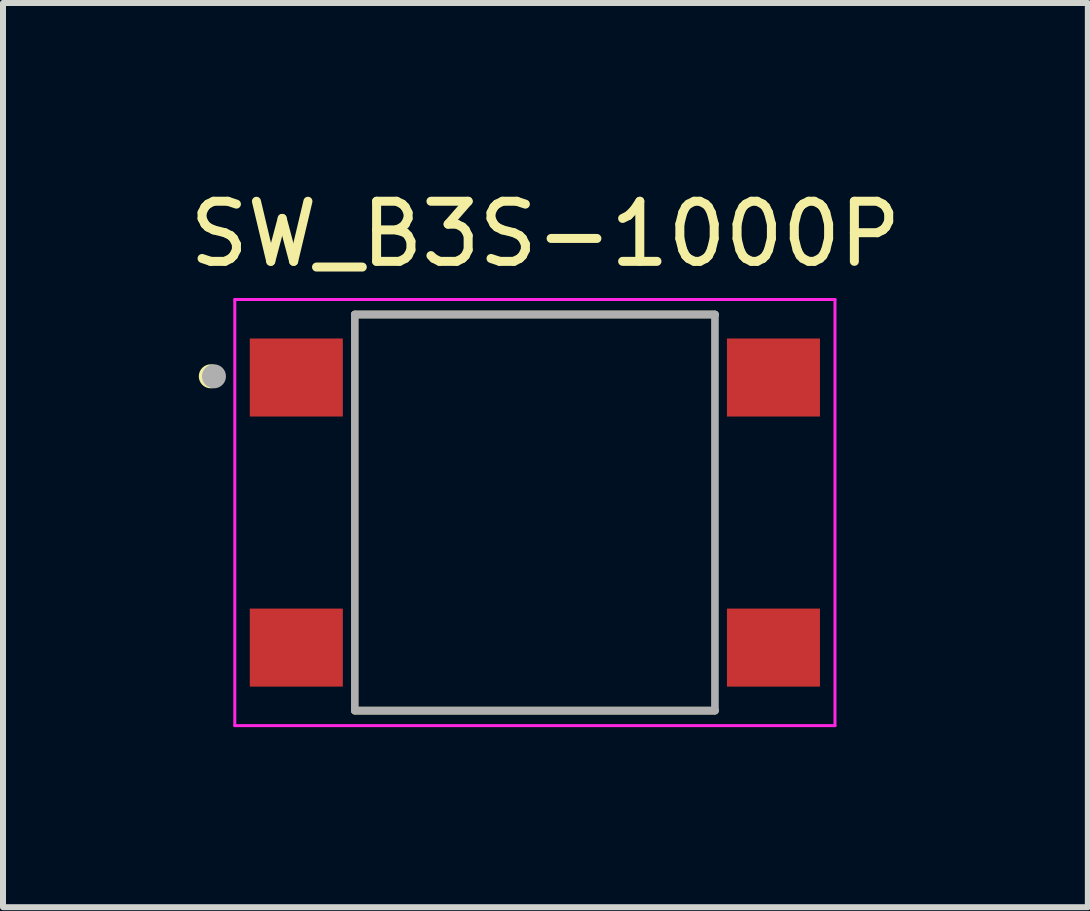
<source format=kicad_pcb>
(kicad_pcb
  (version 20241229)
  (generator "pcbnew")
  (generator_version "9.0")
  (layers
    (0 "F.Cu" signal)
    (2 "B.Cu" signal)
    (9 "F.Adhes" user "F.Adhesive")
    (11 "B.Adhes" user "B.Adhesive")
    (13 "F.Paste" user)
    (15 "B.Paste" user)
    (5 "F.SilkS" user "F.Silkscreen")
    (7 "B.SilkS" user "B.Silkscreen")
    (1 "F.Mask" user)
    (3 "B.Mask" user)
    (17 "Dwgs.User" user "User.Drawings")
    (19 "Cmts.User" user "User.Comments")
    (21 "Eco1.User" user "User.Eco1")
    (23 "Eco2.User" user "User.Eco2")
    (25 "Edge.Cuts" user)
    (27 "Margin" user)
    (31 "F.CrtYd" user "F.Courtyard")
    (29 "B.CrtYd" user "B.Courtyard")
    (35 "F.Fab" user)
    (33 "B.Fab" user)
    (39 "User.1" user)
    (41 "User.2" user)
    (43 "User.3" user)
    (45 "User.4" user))
  (footprint "SW_B3S-1000P"
    (layer "F.Cu")
    (at 5.862 5.49)
    (property "Reference" "SW_B3S-1000P" (at 0.175 -4.641 0) (layer "F.SilkS") (effects (font (size 1.001 1.001) (thickness 0.15))))
    (attr smd)
    (fp_line (start -3 3.3) (end 3 3.3) (stroke (width 0.127) (type solid)) (layer "F.SilkS"))
    (fp_line (start 3 -3.3) (end -3 -3.3) (stroke (width 0.127) (type solid)) (layer "F.SilkS"))
    (fp_circle (center -5.4 -2.27) (end -5.3 -2.27) (stroke (width 0.2) (type solid)) (fill no) (layer "F.SilkS"))
    (fp_line (start -5 -3.55) (end 5 -3.55) (stroke (width 0.05) (type solid)) (layer "F.CrtYd"))
    (fp_line (start -5 3.55) (end -5 -3.55) (stroke (width 0.05) (type solid)) (layer "F.CrtYd"))
    (fp_line (start -5 3.55) (end 5 3.55) (stroke (width 0.05) (type solid)) (layer "F.CrtYd"))
    (fp_line (start 5 -3.55) (end 5 3.55) (stroke (width 0.05) (type solid)) (layer "F.CrtYd"))
    (fp_line (start -3 -3.3) (end -3 3.3) (stroke (width 0.127) (type solid)) (layer "F.Fab"))
    (fp_line (start -3 3.3) (end 3 3.3) (stroke (width 0.127) (type solid)) (layer "F.Fab"))
    (fp_line (start 3 -3.3) (end -3 -3.3) (stroke (width 0.127) (type solid)) (layer "F.Fab"))
    (fp_line (start 3 3.3) (end 3 -3.3) (stroke (width 0.127) (type solid)) (layer "F.Fab"))
    (fp_circle (center -5.347 -2.27) (end -5.247 -2.27) (stroke (width 0.2) (type solid)) (fill no) (layer "F.Fab"))
    (pad "1" smd rect (at -3.975 -2.25 180) (size 1.55 1.3) (layers "F.Cu" "F.Mask" "F.Paste"))
    (pad "2" smd rect (at 3.975 -2.25 180) (size 1.55 1.3) (layers "F.Cu" "F.Mask" "F.Paste"))
    (pad "3" smd rect (at -3.975 2.25 180) (size 1.55 1.3) (layers "F.Cu" "F.Mask" "F.Paste"))
    (pad "4" smd rect (at 3.975 2.25 180) (size 1.55 1.3) (layers "F.Cu" "F.Mask" "F.Paste")))
  (gr_rect
    (start -3 -3)
    (end 15.075 12.065)
    (stroke (width 0.1) (type default))
    (fill no)
    (layer "Edge.Cuts")))
</source>
